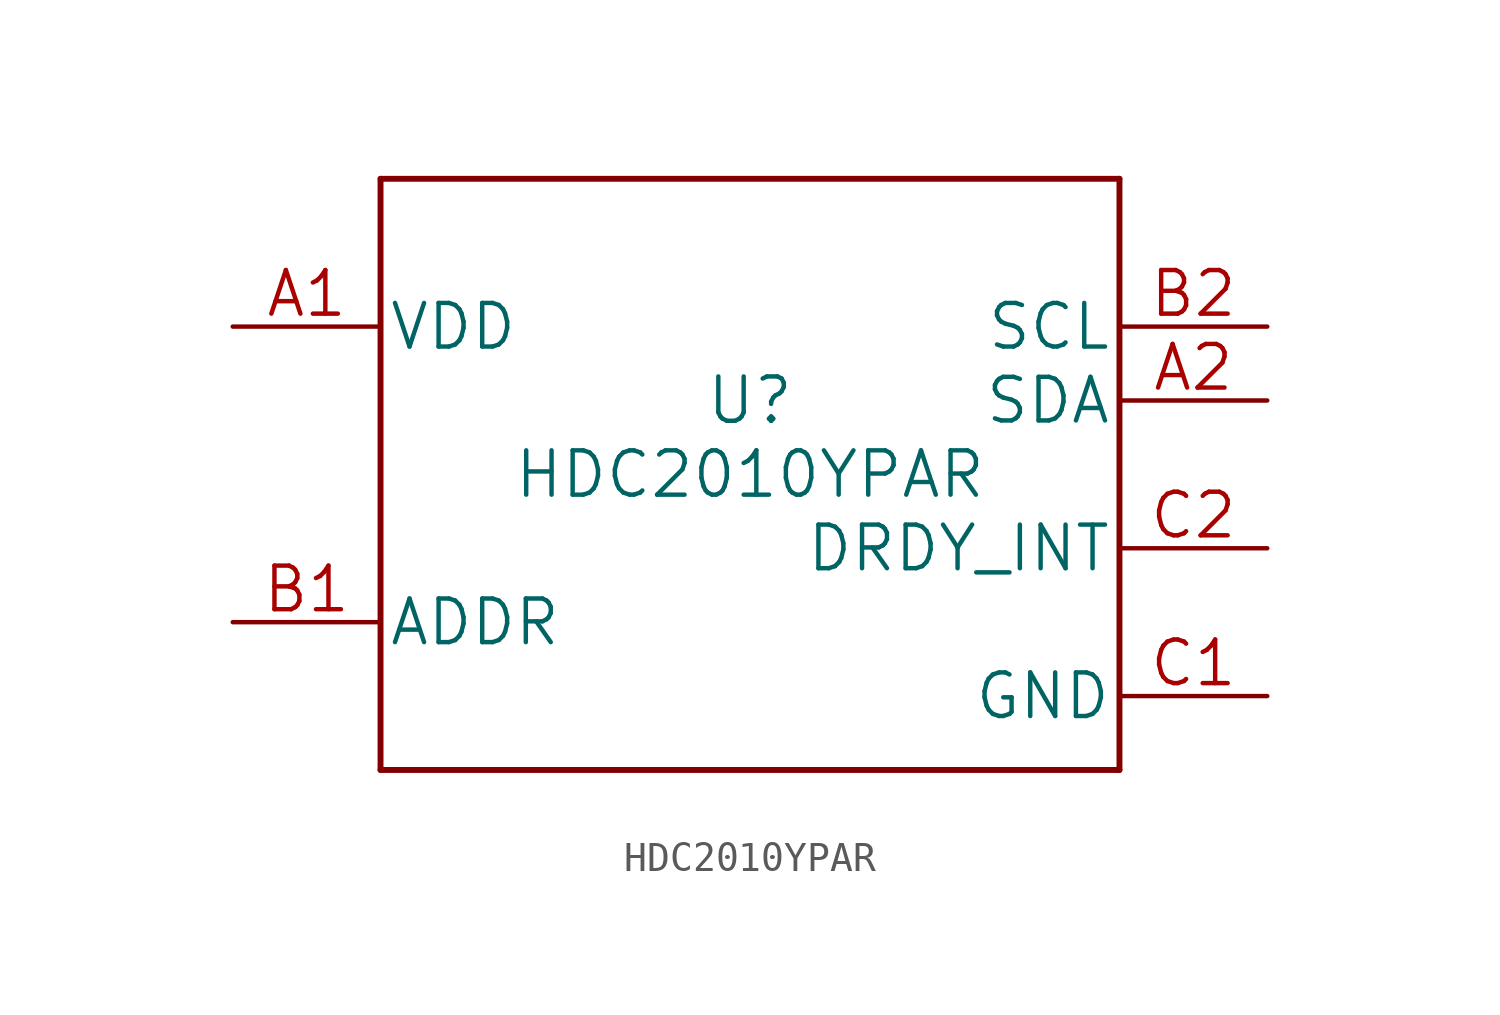
<source format=kicad_sym>
(kicad_symbol_lib
  (version 20220914)
  (generator kicad_symbol_editor)
  (symbol "HDC2010YPAR"
    (pin_names
      (offset 0.254))
    (property "Reference" "U"
      (at 0 2.54 0)
      (effects (font (size 1.524 1.524))))
    (property "Value" "HDC2010YPAR"
      (at 0 0 0)
      (effects (font (size 1.524 1.524))))
    (property "Datasheet" ""
      (at 0 0 0)
      (effects (font (size 1.524 1.524))))
    (property "ki_locked" ""
      (at 0 0 0)
      (effects (font (size 1.27 1.27))))
    (symbol "HDC2010YPAR_1_1"
      (polyline (pts (xy -12.7 -10.16) (xy 12.7 -10.16)) (stroke (width 0.203) (type solid)) (fill (type none)))
      (polyline (pts (xy -12.7 10.16) (xy -12.7 -10.16)) (stroke (width 0.203) (type solid)) (fill (type none)))
      (polyline (pts (xy 12.7 -10.16) (xy 12.7 10.16)) (stroke (width 0.203) (type solid)) (fill (type none)))
      (polyline (pts (xy 12.7 10.16) (xy -12.7 10.16)) (stroke (width 0.203) (type solid)) (fill (type none)))
      (pin power_in line (at -17.78 5.08 0) (length 5.08) (name "VDD" (effects (font (size 1.499 1.499)))) (number "A1" (effects (font (size 1.499 1.499)))))
      (pin bidirectional line (at 17.78 2.54 180) (length 5.08) (name "SDA" (effects (font (size 1.499 1.499)))) (number "A2" (effects (font (size 1.499 1.499)))))
      (pin input line (at -17.78 -5.08 0) (length 5.08) (name "ADDR" (effects (font (size 1.499 1.499)))) (number "B1" (effects (font (size 1.499 1.499)))))
      (pin input line (at 17.78 5.08 180) (length 5.08) (name "SCL" (effects (font (size 1.499 1.499)))) (number "B2" (effects (font (size 1.499 1.499)))))
      (pin power_in line (at 17.78 -7.62 180) (length 5.08) (name "GND" (effects (font (size 1.499 1.499)))) (number "C1" (effects (font (size 1.499 1.499)))))
      (pin output line (at 17.78 -2.54 180) (length 5.08) (name "DRDY_INT" (effects (font (size 1.499 1.499)))) (number "C2" (effects (font (size 1.499 1.499))))))))
</source>
